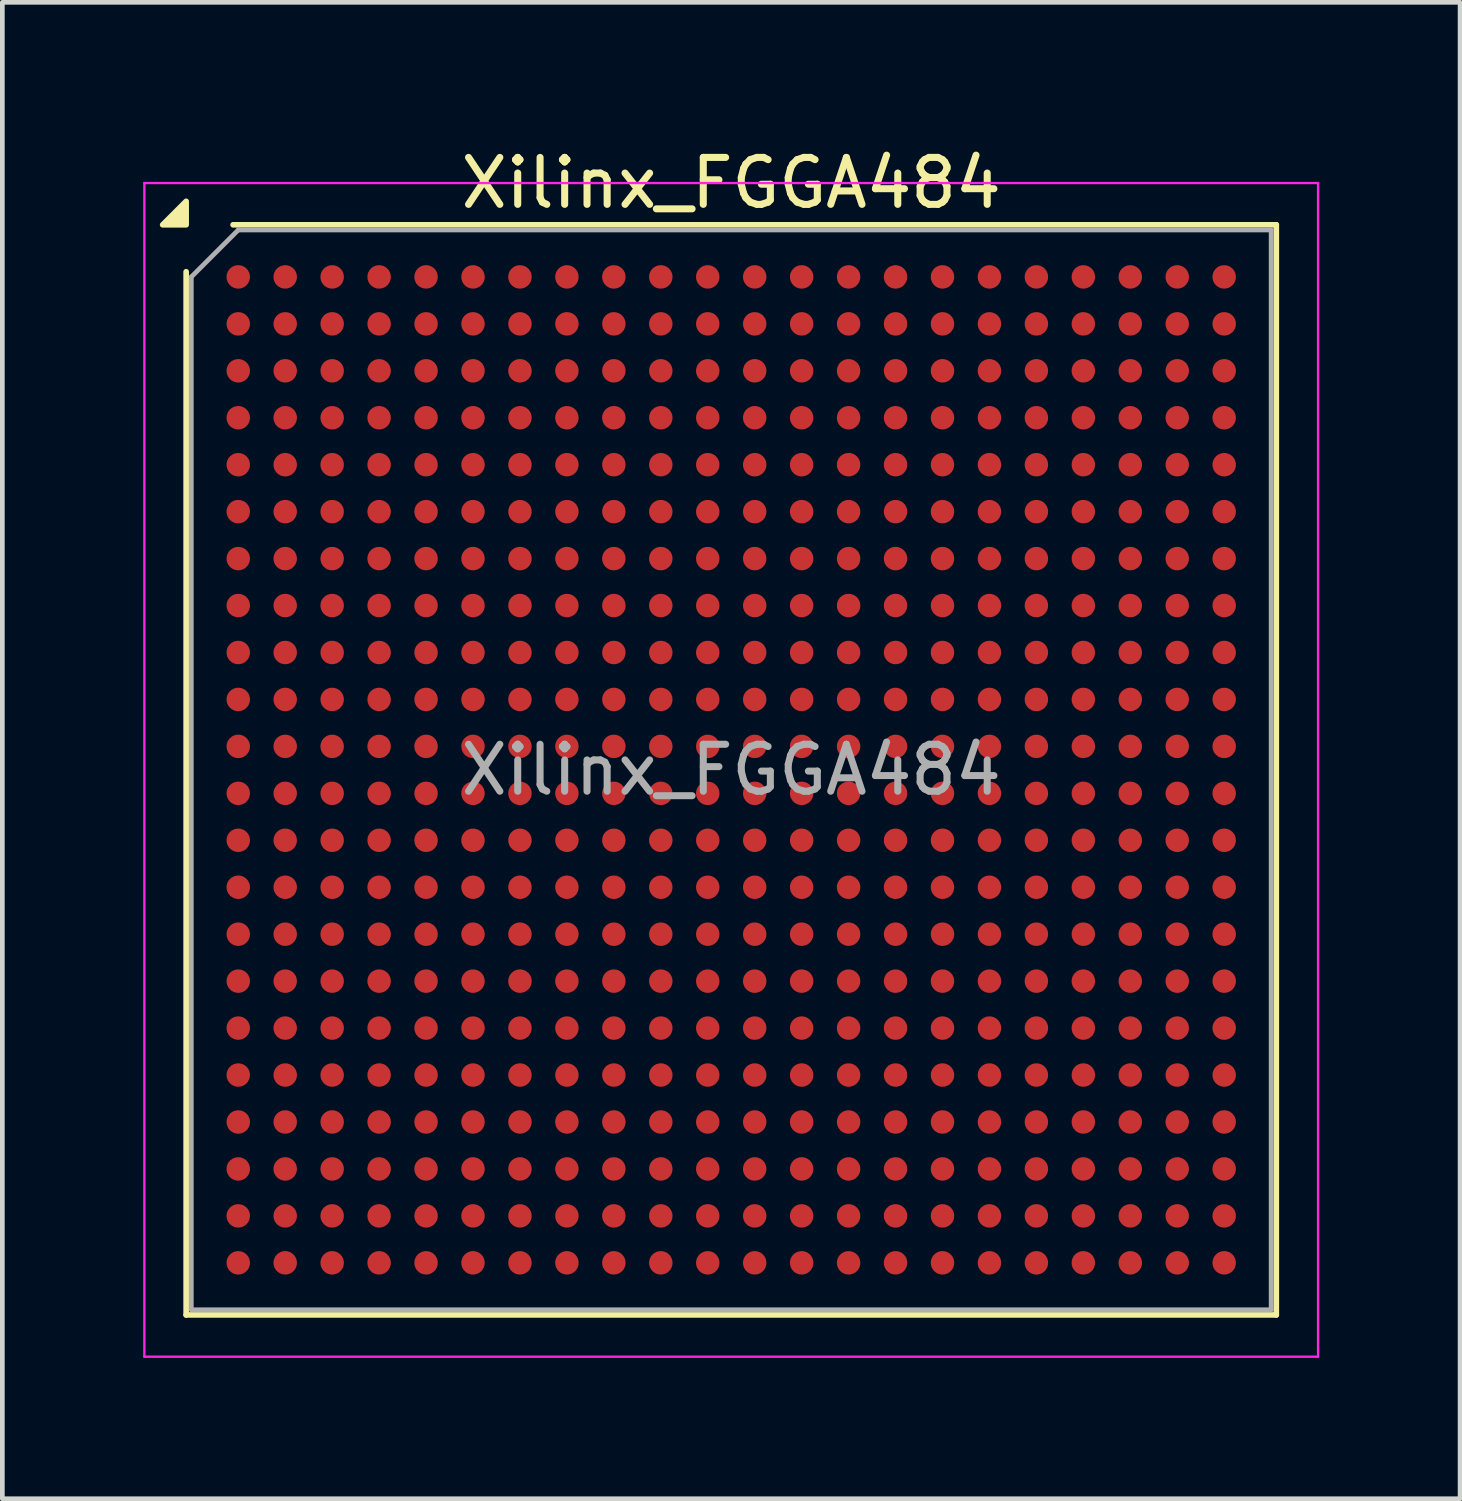
<source format=kicad_pcb>
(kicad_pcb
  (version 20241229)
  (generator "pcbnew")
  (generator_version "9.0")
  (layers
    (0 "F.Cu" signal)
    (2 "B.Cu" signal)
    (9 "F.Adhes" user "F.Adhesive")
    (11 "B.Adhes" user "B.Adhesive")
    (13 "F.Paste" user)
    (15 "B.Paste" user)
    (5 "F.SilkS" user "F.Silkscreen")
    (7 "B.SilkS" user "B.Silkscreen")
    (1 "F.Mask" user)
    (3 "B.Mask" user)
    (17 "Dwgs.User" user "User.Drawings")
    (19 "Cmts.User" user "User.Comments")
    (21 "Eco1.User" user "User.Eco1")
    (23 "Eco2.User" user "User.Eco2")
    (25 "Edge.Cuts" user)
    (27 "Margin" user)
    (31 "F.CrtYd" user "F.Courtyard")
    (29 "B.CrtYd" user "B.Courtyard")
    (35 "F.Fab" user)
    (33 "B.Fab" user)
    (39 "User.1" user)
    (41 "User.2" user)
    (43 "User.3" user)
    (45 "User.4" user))
  (footprint "Xilinx_FGGA484"
    (layer "F.Cu")
    (at 12.525 13.348)
    (property "Reference" "Xilinx_FGGA484" (at 0 -12.5 0) (layer "F.SilkS") (effects (font (size 1 1) (thickness 0.15))))
    (attr smd)
    (fp_line (start -11.61 11.61) (end -11.61 -10.61) (stroke (width 0.12) (type solid)) (layer "F.SilkS"))
    (fp_line (start -10.61 -11.61) (end 11.61 -11.61) (stroke (width 0.12) (type solid)) (layer "F.SilkS"))
    (fp_line (start 11.61 -11.61) (end 11.61 11.61) (stroke (width 0.12) (type solid)) (layer "F.SilkS"))
    (fp_line (start 11.61 11.61) (end -11.61 11.61) (stroke (width 0.12) (type solid)) (layer "F.SilkS"))
    (fp_poly (pts (xy -11.61 -11.61) (xy -12.11 -11.61) (xy -11.61 -12.11) (xy -11.61 -11.61)) (stroke (width 0.12) (type solid)) (fill yes) (layer "F.SilkS"))
    (fp_line (start -12.5 -12.5) (end -12.5 12.5) (stroke (width 0.05) (type solid)) (layer "F.CrtYd"))
    (fp_line (start -12.5 12.5) (end 12.5 12.5) (stroke (width 0.05) (type solid)) (layer "F.CrtYd"))
    (fp_line (start 12.5 -12.5) (end -12.5 -12.5) (stroke (width 0.05) (type solid)) (layer "F.CrtYd"))
    (fp_line (start 12.5 12.5) (end 12.5 -12.5) (stroke (width 0.05) (type solid)) (layer "F.CrtYd"))
    (fp_line (start -11.5 -10.5) (end -10.5 -11.5) (stroke (width 0.1) (type solid)) (layer "F.Fab"))
    (fp_line (start -11.5 11.5) (end -11.5 -10.5) (stroke (width 0.1) (type solid)) (layer "F.Fab"))
    (fp_line (start -10.5 -11.5) (end 11.5 -11.5) (stroke (width 0.1) (type solid)) (layer "F.Fab"))
    (fp_line (start 11.5 -11.5) (end 11.5 11.5) (stroke (width 0.1) (type solid)) (layer "F.Fab"))
    (fp_line (start 11.5 11.5) (end -11.5 11.5) (stroke (width 0.1) (type solid)) (layer "F.Fab"))
    (fp_text user "${REFERENCE}" (at 0 0 0) (layer "F.Fab") (effects (font (size 1 1) (thickness 0.15))))
    (pad "A1" smd circle (at -10.5 -10.5) (size 0.5 0.5) (property pad_prop_bga) (layers "F.Cu" "F.Mask" "F.Paste"))
    (pad "A2" smd circle (at -9.5 -10.5) (size 0.5 0.5) (property pad_prop_bga) (layers "F.Cu" "F.Mask" "F.Paste"))
    (pad "A3" smd circle (at -8.5 -10.5) (size 0.5 0.5) (property pad_prop_bga) (layers "F.Cu" "F.Mask" "F.Paste"))
    (pad "A4" smd circle (at -7.5 -10.5) (size 0.5 0.5) (property pad_prop_bga) (layers "F.Cu" "F.Mask" "F.Paste"))
    (pad "A5" smd circle (at -6.5 -10.5) (size 0.5 0.5) (property pad_prop_bga) (layers "F.Cu" "F.Mask" "F.Paste"))
    (pad "A6" smd circle (at -5.5 -10.5) (size 0.5 0.5) (property pad_prop_bga) (layers "F.Cu" "F.Mask" "F.Paste"))
    (pad "A7" smd circle (at -4.5 -10.5) (size 0.5 0.5) (property pad_prop_bga) (layers "F.Cu" "F.Mask" "F.Paste"))
    (pad "A8" smd circle (at -3.5 -10.5) (size 0.5 0.5) (property pad_prop_bga) (layers "F.Cu" "F.Mask" "F.Paste"))
    (pad "A9" smd circle (at -2.5 -10.5) (size 0.5 0.5) (property pad_prop_bga) (layers "F.Cu" "F.Mask" "F.Paste"))
    (pad "A10" smd circle (at -1.5 -10.5) (size 0.5 0.5) (property pad_prop_bga) (layers "F.Cu" "F.Mask" "F.Paste"))
    (pad "A11" smd circle (at -0.5 -10.5) (size 0.5 0.5) (property pad_prop_bga) (layers "F.Cu" "F.Mask" "F.Paste"))
    (pad "A12" smd circle (at 0.5 -10.5) (size 0.5 0.5) (property pad_prop_bga) (layers "F.Cu" "F.Mask" "F.Paste"))
    (pad "A13" smd circle (at 1.5 -10.5) (size 0.5 0.5) (property pad_prop_bga) (layers "F.Cu" "F.Mask" "F.Paste"))
    (pad "A14" smd circle (at 2.5 -10.5) (size 0.5 0.5) (property pad_prop_bga) (layers "F.Cu" "F.Mask" "F.Paste"))
    (pad "A15" smd circle (at 3.5 -10.5) (size 0.5 0.5) (property pad_prop_bga) (layers "F.Cu" "F.Mask" "F.Paste"))
    (pad "A16" smd circle (at 4.5 -10.5) (size 0.5 0.5) (property pad_prop_bga) (layers "F.Cu" "F.Mask" "F.Paste"))
    (pad "A17" smd circle (at 5.5 -10.5) (size 0.5 0.5) (property pad_prop_bga) (layers "F.Cu" "F.Mask" "F.Paste"))
    (pad "A18" smd circle (at 6.5 -10.5) (size 0.5 0.5) (property pad_prop_bga) (layers "F.Cu" "F.Mask" "F.Paste"))
    (pad "A19" smd circle (at 7.5 -10.5) (size 0.5 0.5) (property pad_prop_bga) (layers "F.Cu" "F.Mask" "F.Paste"))
    (pad "A20" smd circle (at 8.5 -10.5) (size 0.5 0.5) (property pad_prop_bga) (layers "F.Cu" "F.Mask" "F.Paste"))
    (pad "A21" smd circle (at 9.5 -10.5) (size 0.5 0.5) (property pad_prop_bga) (layers "F.Cu" "F.Mask" "F.Paste"))
    (pad "A22" smd circle (at 10.5 -10.5) (size 0.5 0.5) (property pad_prop_bga) (layers "F.Cu" "F.Mask" "F.Paste"))
    (pad "AA1" smd circle (at -10.5 9.5) (size 0.5 0.5) (property pad_prop_bga) (layers "F.Cu" "F.Mask" "F.Paste"))
    (pad "AA2" smd circle (at -9.5 9.5) (size 0.5 0.5) (property pad_prop_bga) (layers "F.Cu" "F.Mask" "F.Paste"))
    (pad "AA3" smd circle (at -8.5 9.5) (size 0.5 0.5) (property pad_prop_bga) (layers "F.Cu" "F.Mask" "F.Paste"))
    (pad "AA4" smd circle (at -7.5 9.5) (size 0.5 0.5) (property pad_prop_bga) (layers "F.Cu" "F.Mask" "F.Paste"))
    (pad "AA5" smd circle (at -6.5 9.5) (size 0.5 0.5) (property pad_prop_bga) (layers "F.Cu" "F.Mask" "F.Paste"))
    (pad "AA6" smd circle (at -5.5 9.5) (size 0.5 0.5) (property pad_prop_bga) (layers "F.Cu" "F.Mask" "F.Paste"))
    (pad "AA7" smd circle (at -4.5 9.5) (size 0.5 0.5) (property pad_prop_bga) (layers "F.Cu" "F.Mask" "F.Paste"))
    (pad "AA8" smd circle (at -3.5 9.5) (size 0.5 0.5) (property pad_prop_bga) (layers "F.Cu" "F.Mask" "F.Paste"))
    (pad "AA9" smd circle (at -2.5 9.5) (size 0.5 0.5) (property pad_prop_bga) (layers "F.Cu" "F.Mask" "F.Paste"))
    (pad "AA10" smd circle (at -1.5 9.5) (size 0.5 0.5) (property pad_prop_bga) (layers "F.Cu" "F.Mask" "F.Paste"))
    (pad "AA11" smd circle (at -0.5 9.5) (size 0.5 0.5) (property pad_prop_bga) (layers "F.Cu" "F.Mask" "F.Paste"))
    (pad "AA12" smd circle (at 0.5 9.5) (size 0.5 0.5) (property pad_prop_bga) (layers "F.Cu" "F.Mask" "F.Paste"))
    (pad "AA13" smd circle (at 1.5 9.5) (size 0.5 0.5) (property pad_prop_bga) (layers "F.Cu" "F.Mask" "F.Paste"))
    (pad "AA14" smd circle (at 2.5 9.5) (size 0.5 0.5) (property pad_prop_bga) (layers "F.Cu" "F.Mask" "F.Paste"))
    (pad "AA15" smd circle (at 3.5 9.5) (size 0.5 0.5) (property pad_prop_bga) (layers "F.Cu" "F.Mask" "F.Paste"))
    (pad "AA16" smd circle (at 4.5 9.5) (size 0.5 0.5) (property pad_prop_bga) (layers "F.Cu" "F.Mask" "F.Paste"))
    (pad "AA17" smd circle (at 5.5 9.5) (size 0.5 0.5) (property pad_prop_bga) (layers "F.Cu" "F.Mask" "F.Paste"))
    (pad "AA18" smd circle (at 6.5 9.5) (size 0.5 0.5) (property pad_prop_bga) (layers "F.Cu" "F.Mask" "F.Paste"))
    (pad "AA19" smd circle (at 7.5 9.5) (size 0.5 0.5) (property pad_prop_bga) (layers "F.Cu" "F.Mask" "F.Paste"))
    (pad "AA20" smd circle (at 8.5 9.5) (size 0.5 0.5) (property pad_prop_bga) (layers "F.Cu" "F.Mask" "F.Paste"))
    (pad "AA21" smd circle (at 9.5 9.5) (size 0.5 0.5) (property pad_prop_bga) (layers "F.Cu" "F.Mask" "F.Paste"))
    (pad "AA22" smd circle (at 10.5 9.5) (size 0.5 0.5) (property pad_prop_bga) (layers "F.Cu" "F.Mask" "F.Paste"))
    (pad "AB1" smd circle (at -10.5 10.5) (size 0.5 0.5) (property pad_prop_bga) (layers "F.Cu" "F.Mask" "F.Paste"))
    (pad "AB2" smd circle (at -9.5 10.5) (size 0.5 0.5) (property pad_prop_bga) (layers "F.Cu" "F.Mask" "F.Paste"))
    (pad "AB3" smd circle (at -8.5 10.5) (size 0.5 0.5) (property pad_prop_bga) (layers "F.Cu" "F.Mask" "F.Paste"))
    (pad "AB4" smd circle (at -7.5 10.5) (size 0.5 0.5) (property pad_prop_bga) (layers "F.Cu" "F.Mask" "F.Paste"))
    (pad "AB5" smd circle (at -6.5 10.5) (size 0.5 0.5) (property pad_prop_bga) (layers "F.Cu" "F.Mask" "F.Paste"))
    (pad "AB6" smd circle (at -5.5 10.5) (size 0.5 0.5) (property pad_prop_bga) (layers "F.Cu" "F.Mask" "F.Paste"))
    (pad "AB7" smd circle (at -4.5 10.5) (size 0.5 0.5) (property pad_prop_bga) (layers "F.Cu" "F.Mask" "F.Paste"))
    (pad "AB8" smd circle (at -3.5 10.5) (size 0.5 0.5) (property pad_prop_bga) (layers "F.Cu" "F.Mask" "F.Paste"))
    (pad "AB9" smd circle (at -2.5 10.5) (size 0.5 0.5) (property pad_prop_bga) (layers "F.Cu" "F.Mask" "F.Paste"))
    (pad "AB10" smd circle (at -1.5 10.5) (size 0.5 0.5) (property pad_prop_bga) (layers "F.Cu" "F.Mask" "F.Paste"))
    (pad "AB11" smd circle (at -0.5 10.5) (size 0.5 0.5) (property pad_prop_bga) (layers "F.Cu" "F.Mask" "F.Paste"))
    (pad "AB12" smd circle (at 0.5 10.5) (size 0.5 0.5) (property pad_prop_bga) (layers "F.Cu" "F.Mask" "F.Paste"))
    (pad "AB13" smd circle (at 1.5 10.5) (size 0.5 0.5) (property pad_prop_bga) (layers "F.Cu" "F.Mask" "F.Paste"))
    (pad "AB14" smd circle (at 2.5 10.5) (size 0.5 0.5) (property pad_prop_bga) (layers "F.Cu" "F.Mask" "F.Paste"))
    (pad "AB15" smd circle (at 3.5 10.5) (size 0.5 0.5) (property pad_prop_bga) (layers "F.Cu" "F.Mask" "F.Paste"))
    (pad "AB16" smd circle (at 4.5 10.5) (size 0.5 0.5) (property pad_prop_bga) (layers "F.Cu" "F.Mask" "F.Paste"))
    (pad "AB17" smd circle (at 5.5 10.5) (size 0.5 0.5) (property pad_prop_bga) (layers "F.Cu" "F.Mask" "F.Paste"))
    (pad "AB18" smd circle (at 6.5 10.5) (size 0.5 0.5) (property pad_prop_bga) (layers "F.Cu" "F.Mask" "F.Paste"))
    (pad "AB19" smd circle (at 7.5 10.5) (size 0.5 0.5) (property pad_prop_bga) (layers "F.Cu" "F.Mask" "F.Paste"))
    (pad "AB20" smd circle (at 8.5 10.5) (size 0.5 0.5) (property pad_prop_bga) (layers "F.Cu" "F.Mask" "F.Paste"))
    (pad "AB21" smd circle (at 9.5 10.5) (size 0.5 0.5) (property pad_prop_bga) (layers "F.Cu" "F.Mask" "F.Paste"))
    (pad "AB22" smd circle (at 10.5 10.5) (size 0.5 0.5) (property pad_prop_bga) (layers "F.Cu" "F.Mask" "F.Paste"))
    (pad "B1" smd circle (at -10.5 -9.5) (size 0.5 0.5) (property pad_prop_bga) (layers "F.Cu" "F.Mask" "F.Paste"))
    (pad "B2" smd circle (at -9.5 -9.5) (size 0.5 0.5) (property pad_prop_bga) (layers "F.Cu" "F.Mask" "F.Paste"))
    (pad "B3" smd circle (at -8.5 -9.5) (size 0.5 0.5) (property pad_prop_bga) (layers "F.Cu" "F.Mask" "F.Paste"))
    (pad "B4" smd circle (at -7.5 -9.5) (size 0.5 0.5) (property pad_prop_bga) (layers "F.Cu" "F.Mask" "F.Paste"))
    (pad "B5" smd circle (at -6.5 -9.5) (size 0.5 0.5) (property pad_prop_bga) (layers "F.Cu" "F.Mask" "F.Paste"))
    (pad "B6" smd circle (at -5.5 -9.5) (size 0.5 0.5) (property pad_prop_bga) (layers "F.Cu" "F.Mask" "F.Paste"))
    (pad "B7" smd circle (at -4.5 -9.5) (size 0.5 0.5) (property pad_prop_bga) (layers "F.Cu" "F.Mask" "F.Paste"))
    (pad "B8" smd circle (at -3.5 -9.5) (size 0.5 0.5) (property pad_prop_bga) (layers "F.Cu" "F.Mask" "F.Paste"))
    (pad "B9" smd circle (at -2.5 -9.5) (size 0.5 0.5) (property pad_prop_bga) (layers "F.Cu" "F.Mask" "F.Paste"))
    (pad "B10" smd circle (at -1.5 -9.5) (size 0.5 0.5) (property pad_prop_bga) (layers "F.Cu" "F.Mask" "F.Paste"))
    (pad "B11" smd circle (at -0.5 -9.5) (size 0.5 0.5) (property pad_prop_bga) (layers "F.Cu" "F.Mask" "F.Paste"))
    (pad "B12" smd circle (at 0.5 -9.5) (size 0.5 0.5) (property pad_prop_bga) (layers "F.Cu" "F.Mask" "F.Paste"))
    (pad "B13" smd circle (at 1.5 -9.5) (size 0.5 0.5) (property pad_prop_bga) (layers "F.Cu" "F.Mask" "F.Paste"))
    (pad "B14" smd circle (at 2.5 -9.5) (size 0.5 0.5) (property pad_prop_bga) (layers "F.Cu" "F.Mask" "F.Paste"))
    (pad "B15" smd circle (at 3.5 -9.5) (size 0.5 0.5) (property pad_prop_bga) (layers "F.Cu" "F.Mask" "F.Paste"))
    (pad "B16" smd circle (at 4.5 -9.5) (size 0.5 0.5) (property pad_prop_bga) (layers "F.Cu" "F.Mask" "F.Paste"))
    (pad "B17" smd circle (at 5.5 -9.5) (size 0.5 0.5) (property pad_prop_bga) (layers "F.Cu" "F.Mask" "F.Paste"))
    (pad "B18" smd circle (at 6.5 -9.5) (size 0.5 0.5) (property pad_prop_bga) (layers "F.Cu" "F.Mask" "F.Paste"))
    (pad "B19" smd circle (at 7.5 -9.5) (size 0.5 0.5) (property pad_prop_bga) (layers "F.Cu" "F.Mask" "F.Paste"))
    (pad "B20" smd circle (at 8.5 -9.5) (size 0.5 0.5) (property pad_prop_bga) (layers "F.Cu" "F.Mask" "F.Paste"))
    (pad "B21" smd circle (at 9.5 -9.5) (size 0.5 0.5) (property pad_prop_bga) (layers "F.Cu" "F.Mask" "F.Paste"))
    (pad "B22" smd circle (at 10.5 -9.5) (size 0.5 0.5) (property pad_prop_bga) (layers "F.Cu" "F.Mask" "F.Paste"))
    (pad "C1" smd circle (at -10.5 -8.5) (size 0.5 0.5) (property pad_prop_bga) (layers "F.Cu" "F.Mask" "F.Paste"))
    (pad "C2" smd circle (at -9.5 -8.5) (size 0.5 0.5) (property pad_prop_bga) (layers "F.Cu" "F.Mask" "F.Paste"))
    (pad "C3" smd circle (at -8.5 -8.5) (size 0.5 0.5) (property pad_prop_bga) (layers "F.Cu" "F.Mask" "F.Paste"))
    (pad "C4" smd circle (at -7.5 -8.5) (size 0.5 0.5) (property pad_prop_bga) (layers "F.Cu" "F.Mask" "F.Paste"))
    (pad "C5" smd circle (at -6.5 -8.5) (size 0.5 0.5) (property pad_prop_bga) (layers "F.Cu" "F.Mask" "F.Paste"))
    (pad "C6" smd circle (at -5.5 -8.5) (size 0.5 0.5) (property pad_prop_bga) (layers "F.Cu" "F.Mask" "F.Paste"))
    (pad "C7" smd circle (at -4.5 -8.5) (size 0.5 0.5) (property pad_prop_bga) (layers "F.Cu" "F.Mask" "F.Paste"))
    (pad "C8" smd circle (at -3.5 -8.5) (size 0.5 0.5) (property pad_prop_bga) (layers "F.Cu" "F.Mask" "F.Paste"))
    (pad "C9" smd circle (at -2.5 -8.5) (size 0.5 0.5) (property pad_prop_bga) (layers "F.Cu" "F.Mask" "F.Paste"))
    (pad "C10" smd circle (at -1.5 -8.5) (size 0.5 0.5) (property pad_prop_bga) (layers "F.Cu" "F.Mask" "F.Paste"))
    (pad "C11" smd circle (at -0.5 -8.5) (size 0.5 0.5) (property pad_prop_bga) (layers "F.Cu" "F.Mask" "F.Paste"))
    (pad "C12" smd circle (at 0.5 -8.5) (size 0.5 0.5) (property pad_prop_bga) (layers "F.Cu" "F.Mask" "F.Paste"))
    (pad "C13" smd circle (at 1.5 -8.5) (size 0.5 0.5) (property pad_prop_bga) (layers "F.Cu" "F.Mask" "F.Paste"))
    (pad "C14" smd circle (at 2.5 -8.5) (size 0.5 0.5) (property pad_prop_bga) (layers "F.Cu" "F.Mask" "F.Paste"))
    (pad "C15" smd circle (at 3.5 -8.5) (size 0.5 0.5) (property pad_prop_bga) (layers "F.Cu" "F.Mask" "F.Paste"))
    (pad "C16" smd circle (at 4.5 -8.5) (size 0.5 0.5) (property pad_prop_bga) (layers "F.Cu" "F.Mask" "F.Paste"))
    (pad "C17" smd circle (at 5.5 -8.5) (size 0.5 0.5) (property pad_prop_bga) (layers "F.Cu" "F.Mask" "F.Paste"))
    (pad "C18" smd circle (at 6.5 -8.5) (size 0.5 0.5) (property pad_prop_bga) (layers "F.Cu" "F.Mask" "F.Paste"))
    (pad "C19" smd circle (at 7.5 -8.5) (size 0.5 0.5) (property pad_prop_bga) (layers "F.Cu" "F.Mask" "F.Paste"))
    (pad "C20" smd circle (at 8.5 -8.5) (size 0.5 0.5) (property pad_prop_bga) (layers "F.Cu" "F.Mask" "F.Paste"))
    (pad "C21" smd circle (at 9.5 -8.5) (size 0.5 0.5) (property pad_prop_bga) (layers "F.Cu" "F.Mask" "F.Paste"))
    (pad "C22" smd circle (at 10.5 -8.5) (size 0.5 0.5) (property pad_prop_bga) (layers "F.Cu" "F.Mask" "F.Paste"))
    (pad "D1" smd circle (at -10.5 -7.5) (size 0.5 0.5) (property pad_prop_bga) (layers "F.Cu" "F.Mask" "F.Paste"))
    (pad "D2" smd circle (at -9.5 -7.5) (size 0.5 0.5) (property pad_prop_bga) (layers "F.Cu" "F.Mask" "F.Paste"))
    (pad "D3" smd circle (at -8.5 -7.5) (size 0.5 0.5) (property pad_prop_bga) (layers "F.Cu" "F.Mask" "F.Paste"))
    (pad "D4" smd circle (at -7.5 -7.5) (size 0.5 0.5) (property pad_prop_bga) (layers "F.Cu" "F.Mask" "F.Paste"))
    (pad "D5" smd circle (at -6.5 -7.5) (size 0.5 0.5) (property pad_prop_bga) (layers "F.Cu" "F.Mask" "F.Paste"))
    (pad "D6" smd circle (at -5.5 -7.5) (size 0.5 0.5) (property pad_prop_bga) (layers "F.Cu" "F.Mask" "F.Paste"))
    (pad "D7" smd circle (at -4.5 -7.5) (size 0.5 0.5) (property pad_prop_bga) (layers "F.Cu" "F.Mask" "F.Paste"))
    (pad "D8" smd circle (at -3.5 -7.5) (size 0.5 0.5) (property pad_prop_bga) (layers "F.Cu" "F.Mask" "F.Paste"))
    (pad "D9" smd circle (at -2.5 -7.5) (size 0.5 0.5) (property pad_prop_bga) (layers "F.Cu" "F.Mask" "F.Paste"))
    (pad "D10" smd circle (at -1.5 -7.5) (size 0.5 0.5) (property pad_prop_bga) (layers "F.Cu" "F.Mask" "F.Paste"))
    (pad "D11" smd circle (at -0.5 -7.5) (size 0.5 0.5) (property pad_prop_bga) (layers "F.Cu" "F.Mask" "F.Paste"))
    (pad "D12" smd circle (at 0.5 -7.5) (size 0.5 0.5) (property pad_prop_bga) (layers "F.Cu" "F.Mask" "F.Paste"))
    (pad "D13" smd circle (at 1.5 -7.5) (size 0.5 0.5) (property pad_prop_bga) (layers "F.Cu" "F.Mask" "F.Paste"))
    (pad "D14" smd circle (at 2.5 -7.5) (size 0.5 0.5) (property pad_prop_bga) (layers "F.Cu" "F.Mask" "F.Paste"))
    (pad "D15" smd circle (at 3.5 -7.5) (size 0.5 0.5) (property pad_prop_bga) (layers "F.Cu" "F.Mask" "F.Paste"))
    (pad "D16" smd circle (at 4.5 -7.5) (size 0.5 0.5) (property pad_prop_bga) (layers "F.Cu" "F.Mask" "F.Paste"))
    (pad "D17" smd circle (at 5.5 -7.5) (size 0.5 0.5) (property pad_prop_bga) (layers "F.Cu" "F.Mask" "F.Paste"))
    (pad "D18" smd circle (at 6.5 -7.5) (size 0.5 0.5) (property pad_prop_bga) (layers "F.Cu" "F.Mask" "F.Paste"))
    (pad "D19" smd circle (at 7.5 -7.5) (size 0.5 0.5) (property pad_prop_bga) (layers "F.Cu" "F.Mask" "F.Paste"))
    (pad "D20" smd circle (at 8.5 -7.5) (size 0.5 0.5) (property pad_prop_bga) (layers "F.Cu" "F.Mask" "F.Paste"))
    (pad "D21" smd circle (at 9.5 -7.5) (size 0.5 0.5) (property pad_prop_bga) (layers "F.Cu" "F.Mask" "F.Paste"))
    (pad "D22" smd circle (at 10.5 -7.5) (size 0.5 0.5) (property pad_prop_bga) (layers "F.Cu" "F.Mask" "F.Paste"))
    (pad "E1" smd circle (at -10.5 -6.5) (size 0.5 0.5) (property pad_prop_bga) (layers "F.Cu" "F.Mask" "F.Paste"))
    (pad "E2" smd circle (at -9.5 -6.5) (size 0.5 0.5) (property pad_prop_bga) (layers "F.Cu" "F.Mask" "F.Paste"))
    (pad "E3" smd circle (at -8.5 -6.5) (size 0.5 0.5) (property pad_prop_bga) (layers "F.Cu" "F.Mask" "F.Paste"))
    (pad "E4" smd circle (at -7.5 -6.5) (size 0.5 0.5) (property pad_prop_bga) (layers "F.Cu" "F.Mask" "F.Paste"))
    (pad "E5" smd circle (at -6.5 -6.5) (size 0.5 0.5) (property pad_prop_bga) (layers "F.Cu" "F.Mask" "F.Paste"))
    (pad "E6" smd circle (at -5.5 -6.5) (size 0.5 0.5) (property pad_prop_bga) (layers "F.Cu" "F.Mask" "F.Paste"))
    (pad "E7" smd circle (at -4.5 -6.5) (size 0.5 0.5) (property pad_prop_bga) (layers "F.Cu" "F.Mask" "F.Paste"))
    (pad "E8" smd circle (at -3.5 -6.5) (size 0.5 0.5) (property pad_prop_bga) (layers "F.Cu" "F.Mask" "F.Paste"))
    (pad "E9" smd circle (at -2.5 -6.5) (size 0.5 0.5) (property pad_prop_bga) (layers "F.Cu" "F.Mask" "F.Paste"))
    (pad "E10" smd circle (at -1.5 -6.5) (size 0.5 0.5) (property pad_prop_bga) (layers "F.Cu" "F.Mask" "F.Paste"))
    (pad "E11" smd circle (at -0.5 -6.5) (size 0.5 0.5) (property pad_prop_bga) (layers "F.Cu" "F.Mask" "F.Paste"))
    (pad "E12" smd circle (at 0.5 -6.5) (size 0.5 0.5) (property pad_prop_bga) (layers "F.Cu" "F.Mask" "F.Paste"))
    (pad "E13" smd circle (at 1.5 -6.5) (size 0.5 0.5) (property pad_prop_bga) (layers "F.Cu" "F.Mask" "F.Paste"))
    (pad "E14" smd circle (at 2.5 -6.5) (size 0.5 0.5) (property pad_prop_bga) (layers "F.Cu" "F.Mask" "F.Paste"))
    (pad "E15" smd circle (at 3.5 -6.5) (size 0.5 0.5) (property pad_prop_bga) (layers "F.Cu" "F.Mask" "F.Paste"))
    (pad "E16" smd circle (at 4.5 -6.5) (size 0.5 0.5) (property pad_prop_bga) (layers "F.Cu" "F.Mask" "F.Paste"))
    (pad "E17" smd circle (at 5.5 -6.5) (size 0.5 0.5) (property pad_prop_bga) (layers "F.Cu" "F.Mask" "F.Paste"))
    (pad "E18" smd circle (at 6.5 -6.5) (size 0.5 0.5) (property pad_prop_bga) (layers "F.Cu" "F.Mask" "F.Paste"))
    (pad "E19" smd circle (at 7.5 -6.5) (size 0.5 0.5) (property pad_prop_bga) (layers "F.Cu" "F.Mask" "F.Paste"))
    (pad "E20" smd circle (at 8.5 -6.5) (size 0.5 0.5) (property pad_prop_bga) (layers "F.Cu" "F.Mask" "F.Paste"))
    (pad "E21" smd circle (at 9.5 -6.5) (size 0.5 0.5) (property pad_prop_bga) (layers "F.Cu" "F.Mask" "F.Paste"))
    (pad "E22" smd circle (at 10.5 -6.5) (size 0.5 0.5) (property pad_prop_bga) (layers "F.Cu" "F.Mask" "F.Paste"))
    (pad "F1" smd circle (at -10.5 -5.5) (size 0.5 0.5) (property pad_prop_bga) (layers "F.Cu" "F.Mask" "F.Paste"))
    (pad "F2" smd circle (at -9.5 -5.5) (size 0.5 0.5) (property pad_prop_bga) (layers "F.Cu" "F.Mask" "F.Paste"))
    (pad "F3" smd circle (at -8.5 -5.5) (size 0.5 0.5) (property pad_prop_bga) (layers "F.Cu" "F.Mask" "F.Paste"))
    (pad "F4" smd circle (at -7.5 -5.5) (size 0.5 0.5) (property pad_prop_bga) (layers "F.Cu" "F.Mask" "F.Paste"))
    (pad "F5" smd circle (at -6.5 -5.5) (size 0.5 0.5) (property pad_prop_bga) (layers "F.Cu" "F.Mask" "F.Paste"))
    (pad "F6" smd circle (at -5.5 -5.5) (size 0.5 0.5) (property pad_prop_bga) (layers "F.Cu" "F.Mask" "F.Paste"))
    (pad "F7" smd circle (at -4.5 -5.5) (size 0.5 0.5) (property pad_prop_bga) (layers "F.Cu" "F.Mask" "F.Paste"))
    (pad "F8" smd circle (at -3.5 -5.5) (size 0.5 0.5) (property pad_prop_bga) (layers "F.Cu" "F.Mask" "F.Paste"))
    (pad "F9" smd circle (at -2.5 -5.5) (size 0.5 0.5) (property pad_prop_bga) (layers "F.Cu" "F.Mask" "F.Paste"))
    (pad "F10" smd circle (at -1.5 -5.5) (size 0.5 0.5) (property pad_prop_bga) (layers "F.Cu" "F.Mask" "F.Paste"))
    (pad "F11" smd circle (at -0.5 -5.5) (size 0.5 0.5) (property pad_prop_bga) (layers "F.Cu" "F.Mask" "F.Paste"))
    (pad "F12" smd circle (at 0.5 -5.5) (size 0.5 0.5) (property pad_prop_bga) (layers "F.Cu" "F.Mask" "F.Paste"))
    (pad "F13" smd circle (at 1.5 -5.5) (size 0.5 0.5) (property pad_prop_bga) (layers "F.Cu" "F.Mask" "F.Paste"))
    (pad "F14" smd circle (at 2.5 -5.5) (size 0.5 0.5) (property pad_prop_bga) (layers "F.Cu" "F.Mask" "F.Paste"))
    (pad "F15" smd circle (at 3.5 -5.5) (size 0.5 0.5) (property pad_prop_bga) (layers "F.Cu" "F.Mask" "F.Paste"))
    (pad "F16" smd circle (at 4.5 -5.5) (size 0.5 0.5) (property pad_prop_bga) (layers "F.Cu" "F.Mask" "F.Paste"))
    (pad "F17" smd circle (at 5.5 -5.5) (size 0.5 0.5) (property pad_prop_bga) (layers "F.Cu" "F.Mask" "F.Paste"))
    (pad "F18" smd circle (at 6.5 -5.5) (size 0.5 0.5) (property pad_prop_bga) (layers "F.Cu" "F.Mask" "F.Paste"))
    (pad "F19" smd circle (at 7.5 -5.5) (size 0.5 0.5) (property pad_prop_bga) (layers "F.Cu" "F.Mask" "F.Paste"))
    (pad "F20" smd circle (at 8.5 -5.5) (size 0.5 0.5) (property pad_prop_bga) (layers "F.Cu" "F.Mask" "F.Paste"))
    (pad "F21" smd circle (at 9.5 -5.5) (size 0.5 0.5) (property pad_prop_bga) (layers "F.Cu" "F.Mask" "F.Paste"))
    (pad "F22" smd circle (at 10.5 -5.5) (size 0.5 0.5) (property pad_prop_bga) (layers "F.Cu" "F.Mask" "F.Paste"))
    (pad "G1" smd circle (at -10.5 -4.5) (size 0.5 0.5) (property pad_prop_bga) (layers "F.Cu" "F.Mask" "F.Paste"))
    (pad "G2" smd circle (at -9.5 -4.5) (size 0.5 0.5) (property pad_prop_bga) (layers "F.Cu" "F.Mask" "F.Paste"))
    (pad "G3" smd circle (at -8.5 -4.5) (size 0.5 0.5) (property pad_prop_bga) (layers "F.Cu" "F.Mask" "F.Paste"))
    (pad "G4" smd circle (at -7.5 -4.5) (size 0.5 0.5) (property pad_prop_bga) (layers "F.Cu" "F.Mask" "F.Paste"))
    (pad "G5" smd circle (at -6.5 -4.5) (size 0.5 0.5) (property pad_prop_bga) (layers "F.Cu" "F.Mask" "F.Paste"))
    (pad "G6" smd circle (at -5.5 -4.5) (size 0.5 0.5) (property pad_prop_bga) (layers "F.Cu" "F.Mask" "F.Paste"))
    (pad "G7" smd circle (at -4.5 -4.5) (size 0.5 0.5) (property pad_prop_bga) (layers "F.Cu" "F.Mask" "F.Paste"))
    (pad "G8" smd circle (at -3.5 -4.5) (size 0.5 0.5) (property pad_prop_bga) (layers "F.Cu" "F.Mask" "F.Paste"))
    (pad "G9" smd circle (at -2.5 -4.5) (size 0.5 0.5) (property pad_prop_bga) (layers "F.Cu" "F.Mask" "F.Paste"))
    (pad "G10" smd circle (at -1.5 -4.5) (size 0.5 0.5) (property pad_prop_bga) (layers "F.Cu" "F.Mask" "F.Paste"))
    (pad "G11" smd circle (at -0.5 -4.5) (size 0.5 0.5) (property pad_prop_bga) (layers "F.Cu" "F.Mask" "F.Paste"))
    (pad "G12" smd circle (at 0.5 -4.5) (size 0.5 0.5) (property pad_prop_bga) (layers "F.Cu" "F.Mask" "F.Paste"))
    (pad "G13" smd circle (at 1.5 -4.5) (size 0.5 0.5) (property pad_prop_bga) (layers "F.Cu" "F.Mask" "F.Paste"))
    (pad "G14" smd circle (at 2.5 -4.5) (size 0.5 0.5) (property pad_prop_bga) (layers "F.Cu" "F.Mask" "F.Paste"))
    (pad "G15" smd circle (at 3.5 -4.5) (size 0.5 0.5) (property pad_prop_bga) (layers "F.Cu" "F.Mask" "F.Paste"))
    (pad "G16" smd circle (at 4.5 -4.5) (size 0.5 0.5) (property pad_prop_bga) (layers "F.Cu" "F.Mask" "F.Paste"))
    (pad "G17" smd circle (at 5.5 -4.5) (size 0.5 0.5) (property pad_prop_bga) (layers "F.Cu" "F.Mask" "F.Paste"))
    (pad "G18" smd circle (at 6.5 -4.5) (size 0.5 0.5) (property pad_prop_bga) (layers "F.Cu" "F.Mask" "F.Paste"))
    (pad "G19" smd circle (at 7.5 -4.5) (size 0.5 0.5) (property pad_prop_bga) (layers "F.Cu" "F.Mask" "F.Paste"))
    (pad "G20" smd circle (at 8.5 -4.5) (size 0.5 0.5) (property pad_prop_bga) (layers "F.Cu" "F.Mask" "F.Paste"))
    (pad "G21" smd circle (at 9.5 -4.5) (size 0.5 0.5) (property pad_prop_bga) (layers "F.Cu" "F.Mask" "F.Paste"))
    (pad "G22" smd circle (at 10.5 -4.5) (size 0.5 0.5) (property pad_prop_bga) (layers "F.Cu" "F.Mask" "F.Paste"))
    (pad "H1" smd circle (at -10.5 -3.5) (size 0.5 0.5) (property pad_prop_bga) (layers "F.Cu" "F.Mask" "F.Paste"))
    (pad "H2" smd circle (at -9.5 -3.5) (size 0.5 0.5) (property pad_prop_bga) (layers "F.Cu" "F.Mask" "F.Paste"))
    (pad "H3" smd circle (at -8.5 -3.5) (size 0.5 0.5) (property pad_prop_bga) (layers "F.Cu" "F.Mask" "F.Paste"))
    (pad "H4" smd circle (at -7.5 -3.5) (size 0.5 0.5) (property pad_prop_bga) (layers "F.Cu" "F.Mask" "F.Paste"))
    (pad "H5" smd circle (at -6.5 -3.5) (size 0.5 0.5) (property pad_prop_bga) (layers "F.Cu" "F.Mask" "F.Paste"))
    (pad "H6" smd circle (at -5.5 -3.5) (size 0.5 0.5) (property pad_prop_bga) (layers "F.Cu" "F.Mask" "F.Paste"))
    (pad "H7" smd circle (at -4.5 -3.5) (size 0.5 0.5) (property pad_prop_bga) (layers "F.Cu" "F.Mask" "F.Paste"))
    (pad "H8" smd circle (at -3.5 -3.5) (size 0.5 0.5) (property pad_prop_bga) (layers "F.Cu" "F.Mask" "F.Paste"))
    (pad "H9" smd circle (at -2.5 -3.5) (size 0.5 0.5) (property pad_prop_bga) (layers "F.Cu" "F.Mask" "F.Paste"))
    (pad "H10" smd circle (at -1.5 -3.5) (size 0.5 0.5) (property pad_prop_bga) (layers "F.Cu" "F.Mask" "F.Paste"))
    (pad "H11" smd circle (at -0.5 -3.5) (size 0.5 0.5) (property pad_prop_bga) (layers "F.Cu" "F.Mask" "F.Paste"))
    (pad "H12" smd circle (at 0.5 -3.5) (size 0.5 0.5) (property pad_prop_bga) (layers "F.Cu" "F.Mask" "F.Paste"))
    (pad "H13" smd circle (at 1.5 -3.5) (size 0.5 0.5) (property pad_prop_bga) (layers "F.Cu" "F.Mask" "F.Paste"))
    (pad "H14" smd circle (at 2.5 -3.5) (size 0.5 0.5) (property pad_prop_bga) (layers "F.Cu" "F.Mask" "F.Paste"))
    (pad "H15" smd circle (at 3.5 -3.5) (size 0.5 0.5) (property pad_prop_bga) (layers "F.Cu" "F.Mask" "F.Paste"))
    (pad "H16" smd circle (at 4.5 -3.5) (size 0.5 0.5) (property pad_prop_bga) (layers "F.Cu" "F.Mask" "F.Paste"))
    (pad "H17" smd circle (at 5.5 -3.5) (size 0.5 0.5) (property pad_prop_bga) (layers "F.Cu" "F.Mask" "F.Paste"))
    (pad "H18" smd circle (at 6.5 -3.5) (size 0.5 0.5) (property pad_prop_bga) (layers "F.Cu" "F.Mask" "F.Paste"))
    (pad "H19" smd circle (at 7.5 -3.5) (size 0.5 0.5) (property pad_prop_bga) (layers "F.Cu" "F.Mask" "F.Paste"))
    (pad "H20" smd circle (at 8.5 -3.5) (size 0.5 0.5) (property pad_prop_bga) (layers "F.Cu" "F.Mask" "F.Paste"))
    (pad "H21" smd circle (at 9.5 -3.5) (size 0.5 0.5) (property pad_prop_bga) (layers "F.Cu" "F.Mask" "F.Paste"))
    (pad "H22" smd circle (at 10.5 -3.5) (size 0.5 0.5) (property pad_prop_bga) (layers "F.Cu" "F.Mask" "F.Paste"))
    (pad "J1" smd circle (at -10.5 -2.5) (size 0.5 0.5) (property pad_prop_bga) (layers "F.Cu" "F.Mask" "F.Paste"))
    (pad "J2" smd circle (at -9.5 -2.5) (size 0.5 0.5) (property pad_prop_bga) (layers "F.Cu" "F.Mask" "F.Paste"))
    (pad "J3" smd circle (at -8.5 -2.5) (size 0.5 0.5) (property pad_prop_bga) (layers "F.Cu" "F.Mask" "F.Paste"))
    (pad "J4" smd circle (at -7.5 -2.5) (size 0.5 0.5) (property pad_prop_bga) (layers "F.Cu" "F.Mask" "F.Paste"))
    (pad "J5" smd circle (at -6.5 -2.5) (size 0.5 0.5) (property pad_prop_bga) (layers "F.Cu" "F.Mask" "F.Paste"))
    (pad "J6" smd circle (at -5.5 -2.5) (size 0.5 0.5) (property pad_prop_bga) (layers "F.Cu" "F.Mask" "F.Paste"))
    (pad "J7" smd circle (at -4.5 -2.5) (size 0.5 0.5) (property pad_prop_bga) (layers "F.Cu" "F.Mask" "F.Paste"))
    (pad "J8" smd circle (at -3.5 -2.5) (size 0.5 0.5) (property pad_prop_bga) (layers "F.Cu" "F.Mask" "F.Paste"))
    (pad "J9" smd circle (at -2.5 -2.5) (size 0.5 0.5) (property pad_prop_bga) (layers "F.Cu" "F.Mask" "F.Paste"))
    (pad "J10" smd circle (at -1.5 -2.5) (size 0.5 0.5) (property pad_prop_bga) (layers "F.Cu" "F.Mask" "F.Paste"))
    (pad "J11" smd circle (at -0.5 -2.5) (size 0.5 0.5) (property pad_prop_bga) (layers "F.Cu" "F.Mask" "F.Paste"))
    (pad "J12" smd circle (at 0.5 -2.5) (size 0.5 0.5) (property pad_prop_bga) (layers "F.Cu" "F.Mask" "F.Paste"))
    (pad "J13" smd circle (at 1.5 -2.5) (size 0.5 0.5) (property pad_prop_bga) (layers "F.Cu" "F.Mask" "F.Paste"))
    (pad "J14" smd circle (at 2.5 -2.5) (size 0.5 0.5) (property pad_prop_bga) (layers "F.Cu" "F.Mask" "F.Paste"))
    (pad "J15" smd circle (at 3.5 -2.5) (size 0.5 0.5) (property pad_prop_bga) (layers "F.Cu" "F.Mask" "F.Paste"))
    (pad "J16" smd circle (at 4.5 -2.5) (size 0.5 0.5) (property pad_prop_bga) (layers "F.Cu" "F.Mask" "F.Paste"))
    (pad "J17" smd circle (at 5.5 -2.5) (size 0.5 0.5) (property pad_prop_bga) (layers "F.Cu" "F.Mask" "F.Paste"))
    (pad "J18" smd circle (at 6.5 -2.5) (size 0.5 0.5) (property pad_prop_bga) (layers "F.Cu" "F.Mask" "F.Paste"))
    (pad "J19" smd circle (at 7.5 -2.5) (size 0.5 0.5) (property pad_prop_bga) (layers "F.Cu" "F.Mask" "F.Paste"))
    (pad "J20" smd circle (at 8.5 -2.5) (size 0.5 0.5) (property pad_prop_bga) (layers "F.Cu" "F.Mask" "F.Paste"))
    (pad "J21" smd circle (at 9.5 -2.5) (size 0.5 0.5) (property pad_prop_bga) (layers "F.Cu" "F.Mask" "F.Paste"))
    (pad "J22" smd circle (at 10.5 -2.5) (size 0.5 0.5) (property pad_prop_bga) (layers "F.Cu" "F.Mask" "F.Paste"))
    (pad "K1" smd circle (at -10.5 -1.5) (size 0.5 0.5) (property pad_prop_bga) (layers "F.Cu" "F.Mask" "F.Paste"))
    (pad "K2" smd circle (at -9.5 -1.5) (size 0.5 0.5) (property pad_prop_bga) (layers "F.Cu" "F.Mask" "F.Paste"))
    (pad "K3" smd circle (at -8.5 -1.5) (size 0.5 0.5) (property pad_prop_bga) (layers "F.Cu" "F.Mask" "F.Paste"))
    (pad "K4" smd circle (at -7.5 -1.5) (size 0.5 0.5) (property pad_prop_bga) (layers "F.Cu" "F.Mask" "F.Paste"))
    (pad "K5" smd circle (at -6.5 -1.5) (size 0.5 0.5) (property pad_prop_bga) (layers "F.Cu" "F.Mask" "F.Paste"))
    (pad "K6" smd circle (at -5.5 -1.5) (size 0.5 0.5) (property pad_prop_bga) (layers "F.Cu" "F.Mask" "F.Paste"))
    (pad "K7" smd circle (at -4.5 -1.5) (size 0.5 0.5) (property pad_prop_bga) (layers "F.Cu" "F.Mask" "F.Paste"))
    (pad "K8" smd circle (at -3.5 -1.5) (size 0.5 0.5) (property pad_prop_bga) (layers "F.Cu" "F.Mask" "F.Paste"))
    (pad "K9" smd circle (at -2.5 -1.5) (size 0.5 0.5) (property pad_prop_bga) (layers "F.Cu" "F.Mask" "F.Paste"))
    (pad "K10" smd circle (at -1.5 -1.5) (size 0.5 0.5) (property pad_prop_bga) (layers "F.Cu" "F.Mask" "F.Paste"))
    (pad "K11" smd circle (at -0.5 -1.5) (size 0.5 0.5) (property pad_prop_bga) (layers "F.Cu" "F.Mask" "F.Paste"))
    (pad "K12" smd circle (at 0.5 -1.5) (size 0.5 0.5) (property pad_prop_bga) (layers "F.Cu" "F.Mask" "F.Paste"))
    (pad "K13" smd circle (at 1.5 -1.5) (size 0.5 0.5) (property pad_prop_bga) (layers "F.Cu" "F.Mask" "F.Paste"))
    (pad "K14" smd circle (at 2.5 -1.5) (size 0.5 0.5) (property pad_prop_bga) (layers "F.Cu" "F.Mask" "F.Paste"))
    (pad "K15" smd circle (at 3.5 -1.5) (size 0.5 0.5) (property pad_prop_bga) (layers "F.Cu" "F.Mask" "F.Paste"))
    (pad "K16" smd circle (at 4.5 -1.5) (size 0.5 0.5) (property pad_prop_bga) (layers "F.Cu" "F.Mask" "F.Paste"))
    (pad "K17" smd circle (at 5.5 -1.5) (size 0.5 0.5) (property pad_prop_bga) (layers "F.Cu" "F.Mask" "F.Paste"))
    (pad "K18" smd circle (at 6.5 -1.5) (size 0.5 0.5) (property pad_prop_bga) (layers "F.Cu" "F.Mask" "F.Paste"))
    (pad "K19" smd circle (at 7.5 -1.5) (size 0.5 0.5) (property pad_prop_bga) (layers "F.Cu" "F.Mask" "F.Paste"))
    (pad "K20" smd circle (at 8.5 -1.5) (size 0.5 0.5) (property pad_prop_bga) (layers "F.Cu" "F.Mask" "F.Paste"))
    (pad "K21" smd circle (at 9.5 -1.5) (size 0.5 0.5) (property pad_prop_bga) (layers "F.Cu" "F.Mask" "F.Paste"))
    (pad "K22" smd circle (at 10.5 -1.5) (size 0.5 0.5) (property pad_prop_bga) (layers "F.Cu" "F.Mask" "F.Paste"))
    (pad "L1" smd circle (at -10.5 -0.5) (size 0.5 0.5) (property pad_prop_bga) (layers "F.Cu" "F.Mask" "F.Paste"))
    (pad "L2" smd circle (at -9.5 -0.5) (size 0.5 0.5) (property pad_prop_bga) (layers "F.Cu" "F.Mask" "F.Paste"))
    (pad "L3" smd circle (at -8.5 -0.5) (size 0.5 0.5) (property pad_prop_bga) (layers "F.Cu" "F.Mask" "F.Paste"))
    (pad "L4" smd circle (at -7.5 -0.5) (size 0.5 0.5) (property pad_prop_bga) (layers "F.Cu" "F.Mask" "F.Paste"))
    (pad "L5" smd circle (at -6.5 -0.5) (size 0.5 0.5) (property pad_prop_bga) (layers "F.Cu" "F.Mask" "F.Paste"))
    (pad "L6" smd circle (at -5.5 -0.5) (size 0.5 0.5) (property pad_prop_bga) (layers "F.Cu" "F.Mask" "F.Paste"))
    (pad "L7" smd circle (at -4.5 -0.5) (size 0.5 0.5) (property pad_prop_bga) (layers "F.Cu" "F.Mask" "F.Paste"))
    (pad "L8" smd circle (at -3.5 -0.5) (size 0.5 0.5) (property pad_prop_bga) (layers "F.Cu" "F.Mask" "F.Paste"))
    (pad "L9" smd circle (at -2.5 -0.5) (size 0.5 0.5) (property pad_prop_bga) (layers "F.Cu" "F.Mask" "F.Paste"))
    (pad "L10" smd circle (at -1.5 -0.5) (size 0.5 0.5) (property pad_prop_bga) (layers "F.Cu" "F.Mask" "F.Paste"))
    (pad "L11" smd circle (at -0.5 -0.5) (size 0.5 0.5) (property pad_prop_bga) (layers "F.Cu" "F.Mask" "F.Paste"))
    (pad "L12" smd circle (at 0.5 -0.5) (size 0.5 0.5) (property pad_prop_bga) (layers "F.Cu" "F.Mask" "F.Paste"))
    (pad "L13" smd circle (at 1.5 -0.5) (size 0.5 0.5) (property pad_prop_bga) (layers "F.Cu" "F.Mask" "F.Paste"))
    (pad "L14" smd circle (at 2.5 -0.5) (size 0.5 0.5) (property pad_prop_bga) (layers "F.Cu" "F.Mask" "F.Paste"))
    (pad "L15" smd circle (at 3.5 -0.5) (size 0.5 0.5) (property pad_prop_bga) (layers "F.Cu" "F.Mask" "F.Paste"))
    (pad "L16" smd circle (at 4.5 -0.5) (size 0.5 0.5) (property pad_prop_bga) (layers "F.Cu" "F.Mask" "F.Paste"))
    (pad "L17" smd circle (at 5.5 -0.5) (size 0.5 0.5) (property pad_prop_bga) (layers "F.Cu" "F.Mask" "F.Paste"))
    (pad "L18" smd circle (at 6.5 -0.5) (size 0.5 0.5) (property pad_prop_bga) (layers "F.Cu" "F.Mask" "F.Paste"))
    (pad "L19" smd circle (at 7.5 -0.5) (size 0.5 0.5) (property pad_prop_bga) (layers "F.Cu" "F.Mask" "F.Paste"))
    (pad "L20" smd circle (at 8.5 -0.5) (size 0.5 0.5) (property pad_prop_bga) (layers "F.Cu" "F.Mask" "F.Paste"))
    (pad "L21" smd circle (at 9.5 -0.5) (size 0.5 0.5) (property pad_prop_bga) (layers "F.Cu" "F.Mask" "F.Paste"))
    (pad "L22" smd circle (at 10.5 -0.5) (size 0.5 0.5) (property pad_prop_bga) (layers "F.Cu" "F.Mask" "F.Paste"))
    (pad "M1" smd circle (at -10.5 0.5) (size 0.5 0.5) (property pad_prop_bga) (layers "F.Cu" "F.Mask" "F.Paste"))
    (pad "M2" smd circle (at -9.5 0.5) (size 0.5 0.5) (property pad_prop_bga) (layers "F.Cu" "F.Mask" "F.Paste"))
    (pad "M3" smd circle (at -8.5 0.5) (size 0.5 0.5) (property pad_prop_bga) (layers "F.Cu" "F.Mask" "F.Paste"))
    (pad "M4" smd circle (at -7.5 0.5) (size 0.5 0.5) (property pad_prop_bga) (layers "F.Cu" "F.Mask" "F.Paste"))
    (pad "M5" smd circle (at -6.5 0.5) (size 0.5 0.5) (property pad_prop_bga) (layers "F.Cu" "F.Mask" "F.Paste"))
    (pad "M6" smd circle (at -5.5 0.5) (size 0.5 0.5) (property pad_prop_bga) (layers "F.Cu" "F.Mask" "F.Paste"))
    (pad "M7" smd circle (at -4.5 0.5) (size 0.5 0.5) (property pad_prop_bga) (layers "F.Cu" "F.Mask" "F.Paste"))
    (pad "M8" smd circle (at -3.5 0.5) (size 0.5 0.5) (property pad_prop_bga) (layers "F.Cu" "F.Mask" "F.Paste"))
    (pad "M9" smd circle (at -2.5 0.5) (size 0.5 0.5) (property pad_prop_bga) (layers "F.Cu" "F.Mask" "F.Paste"))
    (pad "M10" smd circle (at -1.5 0.5) (size 0.5 0.5) (property pad_prop_bga) (layers "F.Cu" "F.Mask" "F.Paste"))
    (pad "M11" smd circle (at -0.5 0.5) (size 0.5 0.5) (property pad_prop_bga) (layers "F.Cu" "F.Mask" "F.Paste"))
    (pad "M12" smd circle (at 0.5 0.5) (size 0.5 0.5) (property pad_prop_bga) (layers "F.Cu" "F.Mask" "F.Paste"))
    (pad "M13" smd circle (at 1.5 0.5) (size 0.5 0.5) (property pad_prop_bga) (layers "F.Cu" "F.Mask" "F.Paste"))
    (pad "M14" smd circle (at 2.5 0.5) (size 0.5 0.5) (property pad_prop_bga) (layers "F.Cu" "F.Mask" "F.Paste"))
    (pad "M15" smd circle (at 3.5 0.5) (size 0.5 0.5) (property pad_prop_bga) (layers "F.Cu" "F.Mask" "F.Paste"))
    (pad "M16" smd circle (at 4.5 0.5) (size 0.5 0.5) (property pad_prop_bga) (layers "F.Cu" "F.Mask" "F.Paste"))
    (pad "M17" smd circle (at 5.5 0.5) (size 0.5 0.5) (property pad_prop_bga) (layers "F.Cu" "F.Mask" "F.Paste"))
    (pad "M18" smd circle (at 6.5 0.5) (size 0.5 0.5) (property pad_prop_bga) (layers "F.Cu" "F.Mask" "F.Paste"))
    (pad "M19" smd circle (at 7.5 0.5) (size 0.5 0.5) (property pad_prop_bga) (layers "F.Cu" "F.Mask" "F.Paste"))
    (pad "M20" smd circle (at 8.5 0.5) (size 0.5 0.5) (property pad_prop_bga) (layers "F.Cu" "F.Mask" "F.Paste"))
    (pad "M21" smd circle (at 9.5 0.5) (size 0.5 0.5) (property pad_prop_bga) (layers "F.Cu" "F.Mask" "F.Paste"))
    (pad "M22" smd circle (at 10.5 0.5) (size 0.5 0.5) (property pad_prop_bga) (layers "F.Cu" "F.Mask" "F.Paste"))
    (pad "N1" smd circle (at -10.5 1.5) (size 0.5 0.5) (property pad_prop_bga) (layers "F.Cu" "F.Mask" "F.Paste"))
    (pad "N2" smd circle (at -9.5 1.5) (size 0.5 0.5) (property pad_prop_bga) (layers "F.Cu" "F.Mask" "F.Paste"))
    (pad "N3" smd circle (at -8.5 1.5) (size 0.5 0.5) (property pad_prop_bga) (layers "F.Cu" "F.Mask" "F.Paste"))
    (pad "N4" smd circle (at -7.5 1.5) (size 0.5 0.5) (property pad_prop_bga) (layers "F.Cu" "F.Mask" "F.Paste"))
    (pad "N5" smd circle (at -6.5 1.5) (size 0.5 0.5) (property pad_prop_bga) (layers "F.Cu" "F.Mask" "F.Paste"))
    (pad "N6" smd circle (at -5.5 1.5) (size 0.5 0.5) (property pad_prop_bga) (layers "F.Cu" "F.Mask" "F.Paste"))
    (pad "N7" smd circle (at -4.5 1.5) (size 0.5 0.5) (property pad_prop_bga) (layers "F.Cu" "F.Mask" "F.Paste"))
    (pad "N8" smd circle (at -3.5 1.5) (size 0.5 0.5) (property pad_prop_bga) (layers "F.Cu" "F.Mask" "F.Paste"))
    (pad "N9" smd circle (at -2.5 1.5) (size 0.5 0.5) (property pad_prop_bga) (layers "F.Cu" "F.Mask" "F.Paste"))
    (pad "N10" smd circle (at -1.5 1.5) (size 0.5 0.5) (property pad_prop_bga) (layers "F.Cu" "F.Mask" "F.Paste"))
    (pad "N11" smd circle (at -0.5 1.5) (size 0.5 0.5) (property pad_prop_bga) (layers "F.Cu" "F.Mask" "F.Paste"))
    (pad "N12" smd circle (at 0.5 1.5) (size 0.5 0.5) (property pad_prop_bga) (layers "F.Cu" "F.Mask" "F.Paste"))
    (pad "N13" smd circle (at 1.5 1.5) (size 0.5 0.5) (property pad_prop_bga) (layers "F.Cu" "F.Mask" "F.Paste"))
    (pad "N14" smd circle (at 2.5 1.5) (size 0.5 0.5) (property pad_prop_bga) (layers "F.Cu" "F.Mask" "F.Paste"))
    (pad "N15" smd circle (at 3.5 1.5) (size 0.5 0.5) (property pad_prop_bga) (layers "F.Cu" "F.Mask" "F.Paste"))
    (pad "N16" smd circle (at 4.5 1.5) (size 0.5 0.5) (property pad_prop_bga) (layers "F.Cu" "F.Mask" "F.Paste"))
    (pad "N17" smd circle (at 5.5 1.5) (size 0.5 0.5) (property pad_prop_bga) (layers "F.Cu" "F.Mask" "F.Paste"))
    (pad "N18" smd circle (at 6.5 1.5) (size 0.5 0.5) (property pad_prop_bga) (layers "F.Cu" "F.Mask" "F.Paste"))
    (pad "N19" smd circle (at 7.5 1.5) (size 0.5 0.5) (property pad_prop_bga) (layers "F.Cu" "F.Mask" "F.Paste"))
    (pad "N20" smd circle (at 8.5 1.5) (size 0.5 0.5) (property pad_prop_bga) (layers "F.Cu" "F.Mask" "F.Paste"))
    (pad "N21" smd circle (at 9.5 1.5) (size 0.5 0.5) (property pad_prop_bga) (layers "F.Cu" "F.Mask" "F.Paste"))
    (pad "N22" smd circle (at 10.5 1.5) (size 0.5 0.5) (property pad_prop_bga) (layers "F.Cu" "F.Mask" "F.Paste"))
    (pad "P1" smd circle (at -10.5 2.5) (size 0.5 0.5) (property pad_prop_bga) (layers "F.Cu" "F.Mask" "F.Paste"))
    (pad "P2" smd circle (at -9.5 2.5) (size 0.5 0.5) (property pad_prop_bga) (layers "F.Cu" "F.Mask" "F.Paste"))
    (pad "P3" smd circle (at -8.5 2.5) (size 0.5 0.5) (property pad_prop_bga) (layers "F.Cu" "F.Mask" "F.Paste"))
    (pad "P4" smd circle (at -7.5 2.5) (size 0.5 0.5) (property pad_prop_bga) (layers "F.Cu" "F.Mask" "F.Paste"))
    (pad "P5" smd circle (at -6.5 2.5) (size 0.5 0.5) (property pad_prop_bga) (layers "F.Cu" "F.Mask" "F.Paste"))
    (pad "P6" smd circle (at -5.5 2.5) (size 0.5 0.5) (property pad_prop_bga) (layers "F.Cu" "F.Mask" "F.Paste"))
    (pad "P7" smd circle (at -4.5 2.5) (size 0.5 0.5) (property pad_prop_bga) (layers "F.Cu" "F.Mask" "F.Paste"))
    (pad "P8" smd circle (at -3.5 2.5) (size 0.5 0.5) (property pad_prop_bga) (layers "F.Cu" "F.Mask" "F.Paste"))
    (pad "P9" smd circle (at -2.5 2.5) (size 0.5 0.5) (property pad_prop_bga) (layers "F.Cu" "F.Mask" "F.Paste"))
    (pad "P10" smd circle (at -1.5 2.5) (size 0.5 0.5) (property pad_prop_bga) (layers "F.Cu" "F.Mask" "F.Paste"))
    (pad "P11" smd circle (at -0.5 2.5) (size 0.5 0.5) (property pad_prop_bga) (layers "F.Cu" "F.Mask" "F.Paste"))
    (pad "P12" smd circle (at 0.5 2.5) (size 0.5 0.5) (property pad_prop_bga) (layers "F.Cu" "F.Mask" "F.Paste"))
    (pad "P13" smd circle (at 1.5 2.5) (size 0.5 0.5) (property pad_prop_bga) (layers "F.Cu" "F.Mask" "F.Paste"))
    (pad "P14" smd circle (at 2.5 2.5) (size 0.5 0.5) (property pad_prop_bga) (layers "F.Cu" "F.Mask" "F.Paste"))
    (pad "P15" smd circle (at 3.5 2.5) (size 0.5 0.5) (property pad_prop_bga) (layers "F.Cu" "F.Mask" "F.Paste"))
    (pad "P16" smd circle (at 4.5 2.5) (size 0.5 0.5) (property pad_prop_bga) (layers "F.Cu" "F.Mask" "F.Paste"))
    (pad "P17" smd circle (at 5.5 2.5) (size 0.5 0.5) (property pad_prop_bga) (layers "F.Cu" "F.Mask" "F.Paste"))
    (pad "P18" smd circle (at 6.5 2.5) (size 0.5 0.5) (property pad_prop_bga) (layers "F.Cu" "F.Mask" "F.Paste"))
    (pad "P19" smd circle (at 7.5 2.5) (size 0.5 0.5) (property pad_prop_bga) (layers "F.Cu" "F.Mask" "F.Paste"))
    (pad "P20" smd circle (at 8.5 2.5) (size 0.5 0.5) (property pad_prop_bga) (layers "F.Cu" "F.Mask" "F.Paste"))
    (pad "P21" smd circle (at 9.5 2.5) (size 0.5 0.5) (property pad_prop_bga) (layers "F.Cu" "F.Mask" "F.Paste"))
    (pad "P22" smd circle (at 10.5 2.5) (size 0.5 0.5) (property pad_prop_bga) (layers "F.Cu" "F.Mask" "F.Paste"))
    (pad "R1" smd circle (at -10.5 3.5) (size 0.5 0.5) (property pad_prop_bga) (layers "F.Cu" "F.Mask" "F.Paste"))
    (pad "R2" smd circle (at -9.5 3.5) (size 0.5 0.5) (property pad_prop_bga) (layers "F.Cu" "F.Mask" "F.Paste"))
    (pad "R3" smd circle (at -8.5 3.5) (size 0.5 0.5) (property pad_prop_bga) (layers "F.Cu" "F.Mask" "F.Paste"))
    (pad "R4" smd circle (at -7.5 3.5) (size 0.5 0.5) (property pad_prop_bga) (layers "F.Cu" "F.Mask" "F.Paste"))
    (pad "R5" smd circle (at -6.5 3.5) (size 0.5 0.5) (property pad_prop_bga) (layers "F.Cu" "F.Mask" "F.Paste"))
    (pad "R6" smd circle (at -5.5 3.5) (size 0.5 0.5) (property pad_prop_bga) (layers "F.Cu" "F.Mask" "F.Paste"))
    (pad "R7" smd circle (at -4.5 3.5) (size 0.5 0.5) (property pad_prop_bga) (layers "F.Cu" "F.Mask" "F.Paste"))
    (pad "R8" smd circle (at -3.5 3.5) (size 0.5 0.5) (property pad_prop_bga) (layers "F.Cu" "F.Mask" "F.Paste"))
    (pad "R9" smd circle (at -2.5 3.5) (size 0.5 0.5) (property pad_prop_bga) (layers "F.Cu" "F.Mask" "F.Paste"))
    (pad "R10" smd circle (at -1.5 3.5) (size 0.5 0.5) (property pad_prop_bga) (layers "F.Cu" "F.Mask" "F.Paste"))
    (pad "R11" smd circle (at -0.5 3.5) (size 0.5 0.5) (property pad_prop_bga) (layers "F.Cu" "F.Mask" "F.Paste"))
    (pad "R12" smd circle (at 0.5 3.5) (size 0.5 0.5) (property pad_prop_bga) (layers "F.Cu" "F.Mask" "F.Paste"))
    (pad "R13" smd circle (at 1.5 3.5) (size 0.5 0.5) (property pad_prop_bga) (layers "F.Cu" "F.Mask" "F.Paste"))
    (pad "R14" smd circle (at 2.5 3.5) (size 0.5 0.5) (property pad_prop_bga) (layers "F.Cu" "F.Mask" "F.Paste"))
    (pad "R15" smd circle (at 3.5 3.5) (size 0.5 0.5) (property pad_prop_bga) (layers "F.Cu" "F.Mask" "F.Paste"))
    (pad "R16" smd circle (at 4.5 3.5) (size 0.5 0.5) (property pad_prop_bga) (layers "F.Cu" "F.Mask" "F.Paste"))
    (pad "R17" smd circle (at 5.5 3.5) (size 0.5 0.5) (property pad_prop_bga) (layers "F.Cu" "F.Mask" "F.Paste"))
    (pad "R18" smd circle (at 6.5 3.5) (size 0.5 0.5) (property pad_prop_bga) (layers "F.Cu" "F.Mask" "F.Paste"))
    (pad "R19" smd circle (at 7.5 3.5) (size 0.5 0.5) (property pad_prop_bga) (layers "F.Cu" "F.Mask" "F.Paste"))
    (pad "R20" smd circle (at 8.5 3.5) (size 0.5 0.5) (property pad_prop_bga) (layers "F.Cu" "F.Mask" "F.Paste"))
    (pad "R21" smd circle (at 9.5 3.5) (size 0.5 0.5) (property pad_prop_bga) (layers "F.Cu" "F.Mask" "F.Paste"))
    (pad "R22" smd circle (at 10.5 3.5) (size 0.5 0.5) (property pad_prop_bga) (layers "F.Cu" "F.Mask" "F.Paste"))
    (pad "T1" smd circle (at -10.5 4.5) (size 0.5 0.5) (property pad_prop_bga) (layers "F.Cu" "F.Mask" "F.Paste"))
    (pad "T2" smd circle (at -9.5 4.5) (size 0.5 0.5) (property pad_prop_bga) (layers "F.Cu" "F.Mask" "F.Paste"))
    (pad "T3" smd circle (at -8.5 4.5) (size 0.5 0.5) (property pad_prop_bga) (layers "F.Cu" "F.Mask" "F.Paste"))
    (pad "T4" smd circle (at -7.5 4.5) (size 0.5 0.5) (property pad_prop_bga) (layers "F.Cu" "F.Mask" "F.Paste"))
    (pad "T5" smd circle (at -6.5 4.5) (size 0.5 0.5) (property pad_prop_bga) (layers "F.Cu" "F.Mask" "F.Paste"))
    (pad "T6" smd circle (at -5.5 4.5) (size 0.5 0.5) (property pad_prop_bga) (layers "F.Cu" "F.Mask" "F.Paste"))
    (pad "T7" smd circle (at -4.5 4.5) (size 0.5 0.5) (property pad_prop_bga) (layers "F.Cu" "F.Mask" "F.Paste"))
    (pad "T8" smd circle (at -3.5 4.5) (size 0.5 0.5) (property pad_prop_bga) (layers "F.Cu" "F.Mask" "F.Paste"))
    (pad "T9" smd circle (at -2.5 4.5) (size 0.5 0.5) (property pad_prop_bga) (layers "F.Cu" "F.Mask" "F.Paste"))
    (pad "T10" smd circle (at -1.5 4.5) (size 0.5 0.5) (property pad_prop_bga) (layers "F.Cu" "F.Mask" "F.Paste"))
    (pad "T11" smd circle (at -0.5 4.5) (size 0.5 0.5) (property pad_prop_bga) (layers "F.Cu" "F.Mask" "F.Paste"))
    (pad "T12" smd circle (at 0.5 4.5) (size 0.5 0.5) (property pad_prop_bga) (layers "F.Cu" "F.Mask" "F.Paste"))
    (pad "T13" smd circle (at 1.5 4.5) (size 0.5 0.5) (property pad_prop_bga) (layers "F.Cu" "F.Mask" "F.Paste"))
    (pad "T14" smd circle (at 2.5 4.5) (size 0.5 0.5) (property pad_prop_bga) (layers "F.Cu" "F.Mask" "F.Paste"))
    (pad "T15" smd circle (at 3.5 4.5) (size 0.5 0.5) (property pad_prop_bga) (layers "F.Cu" "F.Mask" "F.Paste"))
    (pad "T16" smd circle (at 4.5 4.5) (size 0.5 0.5) (property pad_prop_bga) (layers "F.Cu" "F.Mask" "F.Paste"))
    (pad "T17" smd circle (at 5.5 4.5) (size 0.5 0.5) (property pad_prop_bga) (layers "F.Cu" "F.Mask" "F.Paste"))
    (pad "T18" smd circle (at 6.5 4.5) (size 0.5 0.5) (property pad_prop_bga) (layers "F.Cu" "F.Mask" "F.Paste"))
    (pad "T19" smd circle (at 7.5 4.5) (size 0.5 0.5) (property pad_prop_bga) (layers "F.Cu" "F.Mask" "F.Paste"))
    (pad "T20" smd circle (at 8.5 4.5) (size 0.5 0.5) (property pad_prop_bga) (layers "F.Cu" "F.Mask" "F.Paste"))
    (pad "T21" smd circle (at 9.5 4.5) (size 0.5 0.5) (property pad_prop_bga) (layers "F.Cu" "F.Mask" "F.Paste"))
    (pad "T22" smd circle (at 10.5 4.5) (size 0.5 0.5) (property pad_prop_bga) (layers "F.Cu" "F.Mask" "F.Paste"))
    (pad "U1" smd circle (at -10.5 5.5) (size 0.5 0.5) (property pad_prop_bga) (layers "F.Cu" "F.Mask" "F.Paste"))
    (pad "U2" smd circle (at -9.5 5.5) (size 0.5 0.5) (property pad_prop_bga) (layers "F.Cu" "F.Mask" "F.Paste"))
    (pad "U3" smd circle (at -8.5 5.5) (size 0.5 0.5) (property pad_prop_bga) (layers "F.Cu" "F.Mask" "F.Paste"))
    (pad "U4" smd circle (at -7.5 5.5) (size 0.5 0.5) (property pad_prop_bga) (layers "F.Cu" "F.Mask" "F.Paste"))
    (pad "U5" smd circle (at -6.5 5.5) (size 0.5 0.5) (property pad_prop_bga) (layers "F.Cu" "F.Mask" "F.Paste"))
    (pad "U6" smd circle (at -5.5 5.5) (size 0.5 0.5) (property pad_prop_bga) (layers "F.Cu" "F.Mask" "F.Paste"))
    (pad "U7" smd circle (at -4.5 5.5) (size 0.5 0.5) (property pad_prop_bga) (layers "F.Cu" "F.Mask" "F.Paste"))
    (pad "U8" smd circle (at -3.5 5.5) (size 0.5 0.5) (property pad_prop_bga) (layers "F.Cu" "F.Mask" "F.Paste"))
    (pad "U9" smd circle (at -2.5 5.5) (size 0.5 0.5) (property pad_prop_bga) (layers "F.Cu" "F.Mask" "F.Paste"))
    (pad "U10" smd circle (at -1.5 5.5) (size 0.5 0.5) (property pad_prop_bga) (layers "F.Cu" "F.Mask" "F.Paste"))
    (pad "U11" smd circle (at -0.5 5.5) (size 0.5 0.5) (property pad_prop_bga) (layers "F.Cu" "F.Mask" "F.Paste"))
    (pad "U12" smd circle (at 0.5 5.5) (size 0.5 0.5) (property pad_prop_bga) (layers "F.Cu" "F.Mask" "F.Paste"))
    (pad "U13" smd circle (at 1.5 5.5) (size 0.5 0.5) (property pad_prop_bga) (layers "F.Cu" "F.Mask" "F.Paste"))
    (pad "U14" smd circle (at 2.5 5.5) (size 0.5 0.5) (property pad_prop_bga) (layers "F.Cu" "F.Mask" "F.Paste"))
    (pad "U15" smd circle (at 3.5 5.5) (size 0.5 0.5) (property pad_prop_bga) (layers "F.Cu" "F.Mask" "F.Paste"))
    (pad "U16" smd circle (at 4.5 5.5) (size 0.5 0.5) (property pad_prop_bga) (layers "F.Cu" "F.Mask" "F.Paste"))
    (pad "U17" smd circle (at 5.5 5.5) (size 0.5 0.5) (property pad_prop_bga) (layers "F.Cu" "F.Mask" "F.Paste"))
    (pad "U18" smd circle (at 6.5 5.5) (size 0.5 0.5) (property pad_prop_bga) (layers "F.Cu" "F.Mask" "F.Paste"))
    (pad "U19" smd circle (at 7.5 5.5) (size 0.5 0.5) (property pad_prop_bga) (layers "F.Cu" "F.Mask" "F.Paste"))
    (pad "U20" smd circle (at 8.5 5.5) (size 0.5 0.5) (property pad_prop_bga) (layers "F.Cu" "F.Mask" "F.Paste"))
    (pad "U21" smd circle (at 9.5 5.5) (size 0.5 0.5) (property pad_prop_bga) (layers "F.Cu" "F.Mask" "F.Paste"))
    (pad "U22" smd circle (at 10.5 5.5) (size 0.5 0.5) (property pad_prop_bga) (layers "F.Cu" "F.Mask" "F.Paste"))
    (pad "V1" smd circle (at -10.5 6.5) (size 0.5 0.5) (property pad_prop_bga) (layers "F.Cu" "F.Mask" "F.Paste"))
    (pad "V2" smd circle (at -9.5 6.5) (size 0.5 0.5) (property pad_prop_bga) (layers "F.Cu" "F.Mask" "F.Paste"))
    (pad "V3" smd circle (at -8.5 6.5) (size 0.5 0.5) (property pad_prop_bga) (layers "F.Cu" "F.Mask" "F.Paste"))
    (pad "V4" smd circle (at -7.5 6.5) (size 0.5 0.5) (property pad_prop_bga) (layers "F.Cu" "F.Mask" "F.Paste"))
    (pad "V5" smd circle (at -6.5 6.5) (size 0.5 0.5) (property pad_prop_bga) (layers "F.Cu" "F.Mask" "F.Paste"))
    (pad "V6" smd circle (at -5.5 6.5) (size 0.5 0.5) (property pad_prop_bga) (layers "F.Cu" "F.Mask" "F.Paste"))
    (pad "V7" smd circle (at -4.5 6.5) (size 0.5 0.5) (property pad_prop_bga) (layers "F.Cu" "F.Mask" "F.Paste"))
    (pad "V8" smd circle (at -3.5 6.5) (size 0.5 0.5) (property pad_prop_bga) (layers "F.Cu" "F.Mask" "F.Paste"))
    (pad "V9" smd circle (at -2.5 6.5) (size 0.5 0.5) (property pad_prop_bga) (layers "F.Cu" "F.Mask" "F.Paste"))
    (pad "V10" smd circle (at -1.5 6.5) (size 0.5 0.5) (property pad_prop_bga) (layers "F.Cu" "F.Mask" "F.Paste"))
    (pad "V11" smd circle (at -0.5 6.5) (size 0.5 0.5) (property pad_prop_bga) (layers "F.Cu" "F.Mask" "F.Paste"))
    (pad "V12" smd circle (at 0.5 6.5) (size 0.5 0.5) (property pad_prop_bga) (layers "F.Cu" "F.Mask" "F.Paste"))
    (pad "V13" smd circle (at 1.5 6.5) (size 0.5 0.5) (property pad_prop_bga) (layers "F.Cu" "F.Mask" "F.Paste"))
    (pad "V14" smd circle (at 2.5 6.5) (size 0.5 0.5) (property pad_prop_bga) (layers "F.Cu" "F.Mask" "F.Paste"))
    (pad "V15" smd circle (at 3.5 6.5) (size 0.5 0.5) (property pad_prop_bga) (layers "F.Cu" "F.Mask" "F.Paste"))
    (pad "V16" smd circle (at 4.5 6.5) (size 0.5 0.5) (property pad_prop_bga) (layers "F.Cu" "F.Mask" "F.Paste"))
    (pad "V17" smd circle (at 5.5 6.5) (size 0.5 0.5) (property pad_prop_bga) (layers "F.Cu" "F.Mask" "F.Paste"))
    (pad "V18" smd circle (at 6.5 6.5) (size 0.5 0.5) (property pad_prop_bga) (layers "F.Cu" "F.Mask" "F.Paste"))
    (pad "V19" smd circle (at 7.5 6.5) (size 0.5 0.5) (property pad_prop_bga) (layers "F.Cu" "F.Mask" "F.Paste"))
    (pad "V20" smd circle (at 8.5 6.5) (size 0.5 0.5) (property pad_prop_bga) (layers "F.Cu" "F.Mask" "F.Paste"))
    (pad "V21" smd circle (at 9.5 6.5) (size 0.5 0.5) (property pad_prop_bga) (layers "F.Cu" "F.Mask" "F.Paste"))
    (pad "V22" smd circle (at 10.5 6.5) (size 0.5 0.5) (property pad_prop_bga) (layers "F.Cu" "F.Mask" "F.Paste"))
    (pad "W1" smd circle (at -10.5 7.5) (size 0.5 0.5) (property pad_prop_bga) (layers "F.Cu" "F.Mask" "F.Paste"))
    (pad "W2" smd circle (at -9.5 7.5) (size 0.5 0.5) (property pad_prop_bga) (layers "F.Cu" "F.Mask" "F.Paste"))
    (pad "W3" smd circle (at -8.5 7.5) (size 0.5 0.5) (property pad_prop_bga) (layers "F.Cu" "F.Mask" "F.Paste"))
    (pad "W4" smd circle (at -7.5 7.5) (size 0.5 0.5) (property pad_prop_bga) (layers "F.Cu" "F.Mask" "F.Paste"))
    (pad "W5" smd circle (at -6.5 7.5) (size 0.5 0.5) (property pad_prop_bga) (layers "F.Cu" "F.Mask" "F.Paste"))
    (pad "W6" smd circle (at -5.5 7.5) (size 0.5 0.5) (property pad_prop_bga) (layers "F.Cu" "F.Mask" "F.Paste"))
    (pad "W7" smd circle (at -4.5 7.5) (size 0.5 0.5) (property pad_prop_bga) (layers "F.Cu" "F.Mask" "F.Paste"))
    (pad "W8" smd circle (at -3.5 7.5) (size 0.5 0.5) (property pad_prop_bga) (layers "F.Cu" "F.Mask" "F.Paste"))
    (pad "W9" smd circle (at -2.5 7.5) (size 0.5 0.5) (property pad_prop_bga) (layers "F.Cu" "F.Mask" "F.Paste"))
    (pad "W10" smd circle (at -1.5 7.5) (size 0.5 0.5) (property pad_prop_bga) (layers "F.Cu" "F.Mask" "F.Paste"))
    (pad "W11" smd circle (at -0.5 7.5) (size 0.5 0.5) (property pad_prop_bga) (layers "F.Cu" "F.Mask" "F.Paste"))
    (pad "W12" smd circle (at 0.5 7.5) (size 0.5 0.5) (property pad_prop_bga) (layers "F.Cu" "F.Mask" "F.Paste"))
    (pad "W13" smd circle (at 1.5 7.5) (size 0.5 0.5) (property pad_prop_bga) (layers "F.Cu" "F.Mask" "F.Paste"))
    (pad "W14" smd circle (at 2.5 7.5) (size 0.5 0.5) (property pad_prop_bga) (layers "F.Cu" "F.Mask" "F.Paste"))
    (pad "W15" smd circle (at 3.5 7.5) (size 0.5 0.5) (property pad_prop_bga) (layers "F.Cu" "F.Mask" "F.Paste"))
    (pad "W16" smd circle (at 4.5 7.5) (size 0.5 0.5) (property pad_prop_bga) (layers "F.Cu" "F.Mask" "F.Paste"))
    (pad "W17" smd circle (at 5.5 7.5) (size 0.5 0.5) (property pad_prop_bga) (layers "F.Cu" "F.Mask" "F.Paste"))
    (pad "W18" smd circle (at 6.5 7.5) (size 0.5 0.5) (property pad_prop_bga) (layers "F.Cu" "F.Mask" "F.Paste"))
    (pad "W19" smd circle (at 7.5 7.5) (size 0.5 0.5) (property pad_prop_bga) (layers "F.Cu" "F.Mask" "F.Paste"))
    (pad "W20" smd circle (at 8.5 7.5) (size 0.5 0.5) (property pad_prop_bga) (layers "F.Cu" "F.Mask" "F.Paste"))
    (pad "W21" smd circle (at 9.5 7.5) (size 0.5 0.5) (property pad_prop_bga) (layers "F.Cu" "F.Mask" "F.Paste"))
    (pad "W22" smd circle (at 10.5 7.5) (size 0.5 0.5) (property pad_prop_bga) (layers "F.Cu" "F.Mask" "F.Paste"))
    (pad "Y1" smd circle (at -10.5 8.5) (size 0.5 0.5) (property pad_prop_bga) (layers "F.Cu" "F.Mask" "F.Paste"))
    (pad "Y2" smd circle (at -9.5 8.5) (size 0.5 0.5) (property pad_prop_bga) (layers "F.Cu" "F.Mask" "F.Paste"))
    (pad "Y3" smd circle (at -8.5 8.5) (size 0.5 0.5) (property pad_prop_bga) (layers "F.Cu" "F.Mask" "F.Paste"))
    (pad "Y4" smd circle (at -7.5 8.5) (size 0.5 0.5) (property pad_prop_bga) (layers "F.Cu" "F.Mask" "F.Paste"))
    (pad "Y5" smd circle (at -6.5 8.5) (size 0.5 0.5) (property pad_prop_bga) (layers "F.Cu" "F.Mask" "F.Paste"))
    (pad "Y6" smd circle (at -5.5 8.5) (size 0.5 0.5) (property pad_prop_bga) (layers "F.Cu" "F.Mask" "F.Paste"))
    (pad "Y7" smd circle (at -4.5 8.5) (size 0.5 0.5) (property pad_prop_bga) (layers "F.Cu" "F.Mask" "F.Paste"))
    (pad "Y8" smd circle (at -3.5 8.5) (size 0.5 0.5) (property pad_prop_bga) (layers "F.Cu" "F.Mask" "F.Paste"))
    (pad "Y9" smd circle (at -2.5 8.5) (size 0.5 0.5) (property pad_prop_bga) (layers "F.Cu" "F.Mask" "F.Paste"))
    (pad "Y10" smd circle (at -1.5 8.5) (size 0.5 0.5) (property pad_prop_bga) (layers "F.Cu" "F.Mask" "F.Paste"))
    (pad "Y11" smd circle (at -0.5 8.5) (size 0.5 0.5) (property pad_prop_bga) (layers "F.Cu" "F.Mask" "F.Paste"))
    (pad "Y12" smd circle (at 0.5 8.5) (size 0.5 0.5) (property pad_prop_bga) (layers "F.Cu" "F.Mask" "F.Paste"))
    (pad "Y13" smd circle (at 1.5 8.5) (size 0.5 0.5) (property pad_prop_bga) (layers "F.Cu" "F.Mask" "F.Paste"))
    (pad "Y14" smd circle (at 2.5 8.5) (size 0.5 0.5) (property pad_prop_bga) (layers "F.Cu" "F.Mask" "F.Paste"))
    (pad "Y15" smd circle (at 3.5 8.5) (size 0.5 0.5) (property pad_prop_bga) (layers "F.Cu" "F.Mask" "F.Paste"))
    (pad "Y16" smd circle (at 4.5 8.5) (size 0.5 0.5) (property pad_prop_bga) (layers "F.Cu" "F.Mask" "F.Paste"))
    (pad "Y17" smd circle (at 5.5 8.5) (size 0.5 0.5) (property pad_prop_bga) (layers "F.Cu" "F.Mask" "F.Paste"))
    (pad "Y18" smd circle (at 6.5 8.5) (size 0.5 0.5) (property pad_prop_bga) (layers "F.Cu" "F.Mask" "F.Paste"))
    (pad "Y19" smd circle (at 7.5 8.5) (size 0.5 0.5) (property pad_prop_bga) (layers "F.Cu" "F.Mask" "F.Paste"))
    (pad "Y20" smd circle (at 8.5 8.5) (size 0.5 0.5) (property pad_prop_bga) (layers "F.Cu" "F.Mask" "F.Paste"))
    (pad "Y21" smd circle (at 9.5 8.5) (size 0.5 0.5) (property pad_prop_bga) (layers "F.Cu" "F.Mask" "F.Paste"))
    (pad "Y22" smd circle (at 10.5 8.5) (size 0.5 0.5) (property pad_prop_bga) (layers "F.Cu" "F.Mask" "F.Paste")))
  (gr_rect
    (start -3 -3)
    (end 28.05 28.873)
    (stroke (width 0.1) (type default))
    (fill no)
    (layer "Edge.Cuts")))
</source>
